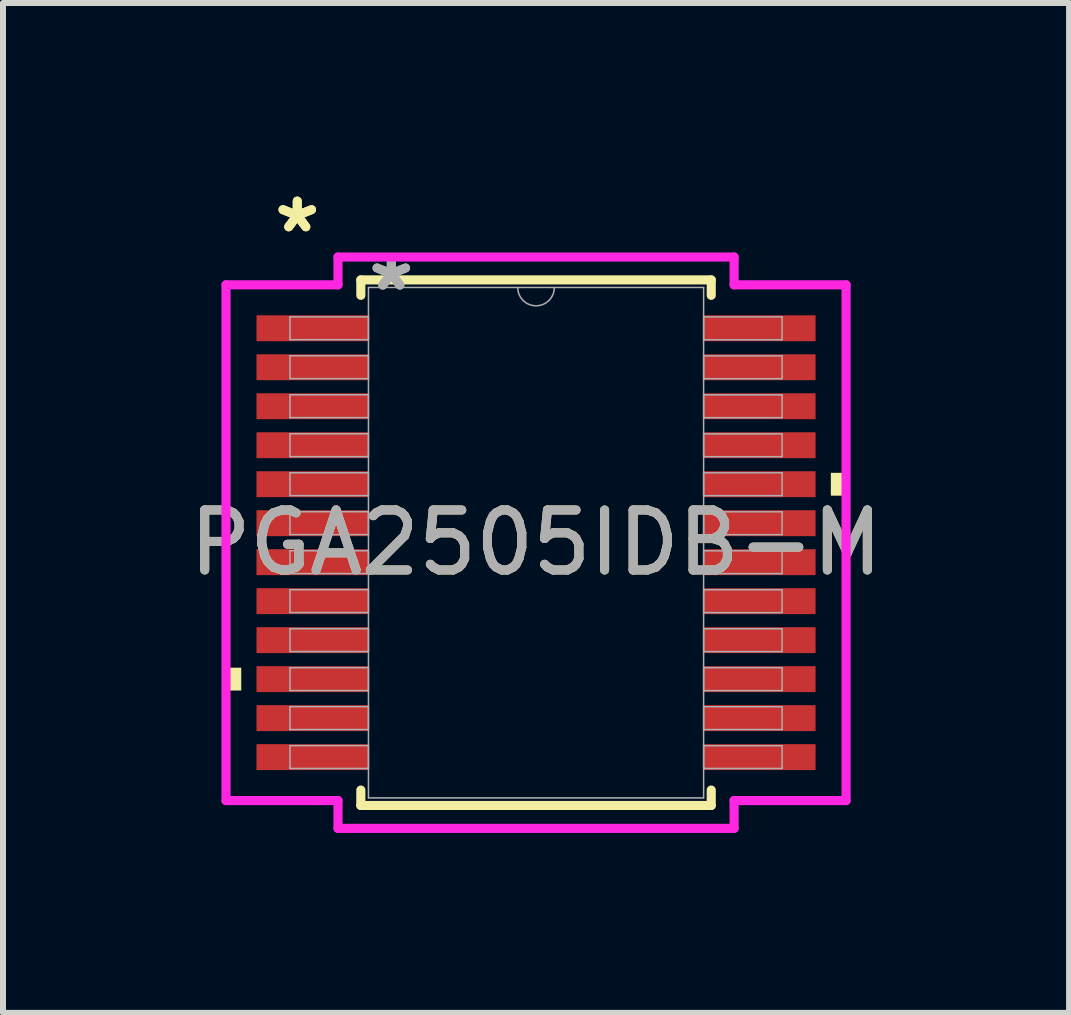
<source format=kicad_pcb>
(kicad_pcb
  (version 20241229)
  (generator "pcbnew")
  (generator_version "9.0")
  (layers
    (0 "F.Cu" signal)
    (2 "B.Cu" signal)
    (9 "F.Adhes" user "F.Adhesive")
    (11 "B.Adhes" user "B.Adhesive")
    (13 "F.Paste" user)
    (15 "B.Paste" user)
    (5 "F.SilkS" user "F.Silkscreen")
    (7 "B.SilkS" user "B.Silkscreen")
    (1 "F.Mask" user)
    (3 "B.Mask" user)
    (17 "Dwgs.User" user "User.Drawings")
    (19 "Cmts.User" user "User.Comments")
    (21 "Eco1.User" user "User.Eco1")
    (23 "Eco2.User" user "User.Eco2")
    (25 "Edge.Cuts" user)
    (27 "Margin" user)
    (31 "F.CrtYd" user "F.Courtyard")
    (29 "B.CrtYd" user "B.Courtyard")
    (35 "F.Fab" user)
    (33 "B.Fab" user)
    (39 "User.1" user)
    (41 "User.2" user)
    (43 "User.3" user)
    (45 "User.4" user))
  (footprint "PGA2505IDB-M"
    (layer "F.Cu")
    (at 5.887 5.998)
    (property "Reference" "PGA2505IDB-M" (at 0 0 0) (unlocked yes) (layer "F.SilkS") (effects (font (size 1 1) (thickness 0.15))))
    (attr smd)
    (fp_line (start -2.921 -4.381) (end -2.921 -4.124) (stroke (width 0.152) (type solid)) (layer "F.SilkS"))
    (fp_line (start -2.921 4.124) (end -2.921 4.381) (stroke (width 0.152) (type solid)) (layer "F.SilkS"))
    (fp_line (start -2.921 4.381) (end 2.921 4.381) (stroke (width 0.152) (type solid)) (layer "F.SilkS"))
    (fp_line (start 2.921 -4.381) (end -2.921 -4.381) (stroke (width 0.152) (type solid)) (layer "F.SilkS"))
    (fp_line (start 2.921 -4.124) (end 2.921 -4.381) (stroke (width 0.152) (type solid)) (layer "F.SilkS"))
    (fp_line (start 2.921 4.381) (end 2.921 4.124) (stroke (width 0.152) (type solid)) (layer "F.SilkS"))
    (fp_poly (pts (xy -5.169 2.084) (xy -5.169 2.465) (xy -4.915 2.465) (xy -4.915 2.084)) (stroke (width 0) (type solid)) (fill yes) (layer "F.SilkS"))
    (fp_poly (pts (xy 5.169 -1.165) (xy 5.169 -0.784) (xy 4.915 -0.784) (xy 4.915 -1.165)) (stroke (width 0) (type solid)) (fill yes) (layer "F.SilkS"))
    (fp_line (start -5.169 -4.299) (end -3.302 -4.299) (stroke (width 0.152) (type solid)) (layer "F.CrtYd"))
    (fp_line (start -5.169 4.299) (end -5.169 -4.299) (stroke (width 0.152) (type solid)) (layer "F.CrtYd"))
    (fp_line (start -5.169 4.299) (end -3.302 4.299) (stroke (width 0.152) (type solid)) (layer "F.CrtYd"))
    (fp_line (start -3.302 -4.763) (end 3.302 -4.763) (stroke (width 0.152) (type solid)) (layer "F.CrtYd"))
    (fp_line (start -3.302 -4.299) (end -3.302 -4.763) (stroke (width 0.152) (type solid)) (layer "F.CrtYd"))
    (fp_line (start -3.302 4.763) (end -3.302 4.299) (stroke (width 0.152) (type solid)) (layer "F.CrtYd"))
    (fp_line (start 3.302 -4.763) (end 3.302 -4.299) (stroke (width 0.152) (type solid)) (layer "F.CrtYd"))
    (fp_line (start 3.302 4.299) (end 3.302 4.763) (stroke (width 0.152) (type solid)) (layer "F.CrtYd"))
    (fp_line (start 3.302 4.763) (end -3.302 4.763) (stroke (width 0.152) (type solid)) (layer "F.CrtYd"))
    (fp_line (start 5.169 -4.299) (end 3.302 -4.299) (stroke (width 0.152) (type solid)) (layer "F.CrtYd"))
    (fp_line (start 5.169 -4.299) (end 5.169 4.299) (stroke (width 0.152) (type solid)) (layer "F.CrtYd"))
    (fp_line (start 5.169 4.299) (end 3.302 4.299) (stroke (width 0.152) (type solid)) (layer "F.CrtYd"))
    (fp_line (start -4.102 -3.765) (end -4.102 -3.385) (stroke (width 0.025) (type solid)) (layer "F.Fab"))
    (fp_line (start -4.102 -3.385) (end -2.794 -3.385) (stroke (width 0.025) (type solid)) (layer "F.Fab"))
    (fp_line (start -4.102 -3.116) (end -4.102 -2.735) (stroke (width 0.025) (type solid)) (layer "F.Fab"))
    (fp_line (start -4.102 -2.735) (end -2.794 -2.735) (stroke (width 0.025) (type solid)) (layer "F.Fab"))
    (fp_line (start -4.102 -2.466) (end -4.102 -2.085) (stroke (width 0.025) (type solid)) (layer "F.Fab"))
    (fp_line (start -4.102 -2.085) (end -2.794 -2.085) (stroke (width 0.025) (type solid)) (layer "F.Fab"))
    (fp_line (start -4.102 -1.816) (end -4.102 -1.435) (stroke (width 0.025) (type solid)) (layer "F.Fab"))
    (fp_line (start -4.102 -1.435) (end -2.794 -1.435) (stroke (width 0.025) (type solid)) (layer "F.Fab"))
    (fp_line (start -4.102 -1.166) (end -4.102 -0.785) (stroke (width 0.025) (type solid)) (layer "F.Fab"))
    (fp_line (start -4.102 -0.785) (end -2.794 -0.785) (stroke (width 0.025) (type solid)) (layer "F.Fab"))
    (fp_line (start -4.102 -0.516) (end -4.102 -0.135) (stroke (width 0.025) (type solid)) (layer "F.Fab"))
    (fp_line (start -4.102 -0.135) (end -2.794 -0.135) (stroke (width 0.025) (type solid)) (layer "F.Fab"))
    (fp_line (start -4.102 0.134) (end -4.102 0.515) (stroke (width 0.025) (type solid)) (layer "F.Fab"))
    (fp_line (start -4.102 0.515) (end -2.794 0.515) (stroke (width 0.025) (type solid)) (layer "F.Fab"))
    (fp_line (start -4.102 0.784) (end -4.102 1.165) (stroke (width 0.025) (type solid)) (layer "F.Fab"))
    (fp_line (start -4.102 1.165) (end -2.794 1.165) (stroke (width 0.025) (type solid)) (layer "F.Fab"))
    (fp_line (start -4.102 1.434) (end -4.102 1.815) (stroke (width 0.025) (type solid)) (layer "F.Fab"))
    (fp_line (start -4.102 1.815) (end -2.794 1.815) (stroke (width 0.025) (type solid)) (layer "F.Fab"))
    (fp_line (start -4.102 2.084) (end -4.102 2.465) (stroke (width 0.025) (type solid)) (layer "F.Fab"))
    (fp_line (start -4.102 2.465) (end -2.794 2.465) (stroke (width 0.025) (type solid)) (layer "F.Fab"))
    (fp_line (start -4.102 2.734) (end -4.102 3.115) (stroke (width 0.025) (type solid)) (layer "F.Fab"))
    (fp_line (start -4.102 3.115) (end -2.794 3.115) (stroke (width 0.025) (type solid)) (layer "F.Fab"))
    (fp_line (start -4.102 3.384) (end -4.102 3.765) (stroke (width 0.025) (type solid)) (layer "F.Fab"))
    (fp_line (start -4.102 3.765) (end -2.794 3.765) (stroke (width 0.025) (type solid)) (layer "F.Fab"))
    (fp_line (start -2.794 -4.255) (end -2.794 4.255) (stroke (width 0.025) (type solid)) (layer "F.Fab"))
    (fp_line (start -2.794 -3.765) (end -4.102 -3.765) (stroke (width 0.025) (type solid)) (layer "F.Fab"))
    (fp_line (start -2.794 -3.385) (end -2.794 -3.765) (stroke (width 0.025) (type solid)) (layer "F.Fab"))
    (fp_line (start -2.794 -3.116) (end -4.102 -3.116) (stroke (width 0.025) (type solid)) (layer "F.Fab"))
    (fp_line (start -2.794 -2.735) (end -2.794 -3.116) (stroke (width 0.025) (type solid)) (layer "F.Fab"))
    (fp_line (start -2.794 -2.466) (end -4.102 -2.466) (stroke (width 0.025) (type solid)) (layer "F.Fab"))
    (fp_line (start -2.794 -2.085) (end -2.794 -2.466) (stroke (width 0.025) (type solid)) (layer "F.Fab"))
    (fp_line (start -2.794 -1.816) (end -4.102 -1.816) (stroke (width 0.025) (type solid)) (layer "F.Fab"))
    (fp_line (start -2.794 -1.435) (end -2.794 -1.816) (stroke (width 0.025) (type solid)) (layer "F.Fab"))
    (fp_line (start -2.794 -1.166) (end -4.102 -1.166) (stroke (width 0.025) (type solid)) (layer "F.Fab"))
    (fp_line (start -2.794 -0.785) (end -2.794 -1.166) (stroke (width 0.025) (type solid)) (layer "F.Fab"))
    (fp_line (start -2.794 -0.516) (end -4.102 -0.516) (stroke (width 0.025) (type solid)) (layer "F.Fab"))
    (fp_line (start -2.794 -0.135) (end -2.794 -0.516) (stroke (width 0.025) (type solid)) (layer "F.Fab"))
    (fp_line (start -2.794 0.134) (end -4.102 0.134) (stroke (width 0.025) (type solid)) (layer "F.Fab"))
    (fp_line (start -2.794 0.515) (end -2.794 0.134) (stroke (width 0.025) (type solid)) (layer "F.Fab"))
    (fp_line (start -2.794 0.784) (end -4.102 0.784) (stroke (width 0.025) (type solid)) (layer "F.Fab"))
    (fp_line (start -2.794 1.165) (end -2.794 0.784) (stroke (width 0.025) (type solid)) (layer "F.Fab"))
    (fp_line (start -2.794 1.434) (end -4.102 1.434) (stroke (width 0.025) (type solid)) (layer "F.Fab"))
    (fp_line (start -2.794 1.815) (end -2.794 1.434) (stroke (width 0.025) (type solid)) (layer "F.Fab"))
    (fp_line (start -2.794 2.084) (end -4.102 2.084) (stroke (width 0.025) (type solid)) (layer "F.Fab"))
    (fp_line (start -2.794 2.465) (end -2.794 2.084) (stroke (width 0.025) (type solid)) (layer "F.Fab"))
    (fp_line (start -2.794 2.734) (end -4.102 2.734) (stroke (width 0.025) (type solid)) (layer "F.Fab"))
    (fp_line (start -2.794 3.115) (end -2.794 2.734) (stroke (width 0.025) (type solid)) (layer "F.Fab"))
    (fp_line (start -2.794 3.384) (end -4.102 3.384) (stroke (width 0.025) (type solid)) (layer "F.Fab"))
    (fp_line (start -2.794 3.765) (end -2.794 3.384) (stroke (width 0.025) (type solid)) (layer "F.Fab"))
    (fp_line (start -2.794 4.255) (end 2.794 4.255) (stroke (width 0.025) (type solid)) (layer "F.Fab"))
    (fp_line (start 2.794 -4.255) (end -2.794 -4.255) (stroke (width 0.025) (type solid)) (layer "F.Fab"))
    (fp_line (start 2.794 -3.765) (end 2.794 -3.384) (stroke (width 0.025) (type solid)) (layer "F.Fab"))
    (fp_line (start 2.794 -3.384) (end 4.102 -3.384) (stroke (width 0.025) (type solid)) (layer "F.Fab"))
    (fp_line (start 2.794 -3.115) (end 2.794 -2.734) (stroke (width 0.025) (type solid)) (layer "F.Fab"))
    (fp_line (start 2.794 -2.734) (end 4.102 -2.734) (stroke (width 0.025) (type solid)) (layer "F.Fab"))
    (fp_line (start 2.794 -2.465) (end 2.794 -2.084) (stroke (width 0.025) (type solid)) (layer "F.Fab"))
    (fp_line (start 2.794 -2.084) (end 4.102 -2.084) (stroke (width 0.025) (type solid)) (layer "F.Fab"))
    (fp_line (start 2.794 -1.815) (end 2.794 -1.434) (stroke (width 0.025) (type solid)) (layer "F.Fab"))
    (fp_line (start 2.794 -1.434) (end 4.102 -1.434) (stroke (width 0.025) (type solid)) (layer "F.Fab"))
    (fp_line (start 2.794 -1.165) (end 2.794 -0.784) (stroke (width 0.025) (type solid)) (layer "F.Fab"))
    (fp_line (start 2.794 -0.784) (end 4.102 -0.784) (stroke (width 0.025) (type solid)) (layer "F.Fab"))
    (fp_line (start 2.794 -0.515) (end 2.794 -0.134) (stroke (width 0.025) (type solid)) (layer "F.Fab"))
    (fp_line (start 2.794 -0.134) (end 4.102 -0.134) (stroke (width 0.025) (type solid)) (layer "F.Fab"))
    (fp_line (start 2.794 0.135) (end 2.794 0.516) (stroke (width 0.025) (type solid)) (layer "F.Fab"))
    (fp_line (start 2.794 0.516) (end 4.102 0.516) (stroke (width 0.025) (type solid)) (layer "F.Fab"))
    (fp_line (start 2.794 0.785) (end 2.794 1.166) (stroke (width 0.025) (type solid)) (layer "F.Fab"))
    (fp_line (start 2.794 1.166) (end 4.102 1.166) (stroke (width 0.025) (type solid)) (layer "F.Fab"))
    (fp_line (start 2.794 1.435) (end 2.794 1.816) (stroke (width 0.025) (type solid)) (layer "F.Fab"))
    (fp_line (start 2.794 1.816) (end 4.102 1.816) (stroke (width 0.025) (type solid)) (layer "F.Fab"))
    (fp_line (start 2.794 2.084) (end 2.794 2.466) (stroke (width 0.025) (type solid)) (layer "F.Fab"))
    (fp_line (start 2.794 2.466) (end 4.102 2.466) (stroke (width 0.025) (type solid)) (layer "F.Fab"))
    (fp_line (start 2.794 2.735) (end 2.794 3.115) (stroke (width 0.025) (type solid)) (layer "F.Fab"))
    (fp_line (start 2.794 3.115) (end 4.102 3.115) (stroke (width 0.025) (type solid)) (layer "F.Fab"))
    (fp_line (start 2.794 3.385) (end 2.794 3.765) (stroke (width 0.025) (type solid)) (layer "F.Fab"))
    (fp_line (start 2.794 3.765) (end 4.102 3.765) (stroke (width 0.025) (type solid)) (layer "F.Fab"))
    (fp_line (start 2.794 4.255) (end 2.794 -4.255) (stroke (width 0.025) (type solid)) (layer "F.Fab"))
    (fp_line (start 4.102 -3.765) (end 2.794 -3.765) (stroke (width 0.025) (type solid)) (layer "F.Fab"))
    (fp_line (start 4.102 -3.384) (end 4.102 -3.765) (stroke (width 0.025) (type solid)) (layer "F.Fab"))
    (fp_line (start 4.102 -3.115) (end 2.794 -3.115) (stroke (width 0.025) (type solid)) (layer "F.Fab"))
    (fp_line (start 4.102 -2.734) (end 4.102 -3.115) (stroke (width 0.025) (type solid)) (layer "F.Fab"))
    (fp_line (start 4.102 -2.465) (end 2.794 -2.465) (stroke (width 0.025) (type solid)) (layer "F.Fab"))
    (fp_line (start 4.102 -2.084) (end 4.102 -2.465) (stroke (width 0.025) (type solid)) (layer "F.Fab"))
    (fp_line (start 4.102 -1.815) (end 2.794 -1.815) (stroke (width 0.025) (type solid)) (layer "F.Fab"))
    (fp_line (start 4.102 -1.434) (end 4.102 -1.815) (stroke (width 0.025) (type solid)) (layer "F.Fab"))
    (fp_line (start 4.102 -1.165) (end 2.794 -1.165) (stroke (width 0.025) (type solid)) (layer "F.Fab"))
    (fp_line (start 4.102 -0.784) (end 4.102 -1.165) (stroke (width 0.025) (type solid)) (layer "F.Fab"))
    (fp_line (start 4.102 -0.515) (end 2.794 -0.515) (stroke (width 0.025) (type solid)) (layer "F.Fab"))
    (fp_line (start 4.102 -0.134) (end 4.102 -0.515) (stroke (width 0.025) (type solid)) (layer "F.Fab"))
    (fp_line (start 4.102 0.135) (end 2.794 0.135) (stroke (width 0.025) (type solid)) (layer "F.Fab"))
    (fp_line (start 4.102 0.516) (end 4.102 0.135) (stroke (width 0.025) (type solid)) (layer "F.Fab"))
    (fp_line (start 4.102 0.785) (end 2.794 0.785) (stroke (width 0.025) (type solid)) (layer "F.Fab"))
    (fp_line (start 4.102 1.166) (end 4.102 0.785) (stroke (width 0.025) (type solid)) (layer "F.Fab"))
    (fp_line (start 4.102 1.435) (end 2.794 1.435) (stroke (width 0.025) (type solid)) (layer "F.Fab"))
    (fp_line (start 4.102 1.816) (end 4.102 1.435) (stroke (width 0.025) (type solid)) (layer "F.Fab"))
    (fp_line (start 4.102 2.084) (end 2.794 2.084) (stroke (width 0.025) (type solid)) (layer "F.Fab"))
    (fp_line (start 4.102 2.466) (end 4.102 2.084) (stroke (width 0.025) (type solid)) (layer "F.Fab"))
    (fp_line (start 4.102 2.735) (end 2.794 2.735) (stroke (width 0.025) (type solid)) (layer "F.Fab"))
    (fp_line (start 4.102 3.115) (end 4.102 2.735) (stroke (width 0.025) (type solid)) (layer "F.Fab"))
    (fp_line (start 4.102 3.385) (end 2.794 3.385) (stroke (width 0.025) (type solid)) (layer "F.Fab"))
    (fp_line (start 4.102 3.765) (end 4.102 3.385) (stroke (width 0.025) (type solid)) (layer "F.Fab"))
    (fp_arc (start 0.3048 -4.2545) (mid 0 -3.9497) (end -0.3048 -4.2545) (stroke (width 0.0254) (type solid)) (layer "F.Fab"))
    (fp_text user "*" (at -3.981 -5.15 0) (unlocked yes) (layer "F.SilkS") (effects (font (size 1 1) (thickness 0.15))))
    (fp_text user "*" (at -3.981 -5.15 0) (layer "F.SilkS") (effects (font (size 1 1) (thickness 0.15))))
    (fp_text user "${REFERENCE}" (at 0 0 0) (unlocked yes) (layer "F.Fab") (effects (font (size 1 1) (thickness 0.15))))
    (fp_text user "*" (at -2.413 -4.178 0) (unlocked yes) (layer "F.Fab") (effects (font (size 1 1) (thickness 0.15))))
    (fp_text user "*" (at -2.413 -4.178 0) (layer "F.Fab") (effects (font (size 1 1) (thickness 0.15))))
    (pad "1" smd rect (at -3.727 -3.575) (size 1.867 0.432) (layers "F.Cu" "F.Mask" "F.Paste"))
    (pad "2" smd rect (at -3.727 -2.925) (size 1.867 0.432) (layers "F.Cu" "F.Mask" "F.Paste"))
    (pad "3" smd rect (at -3.727 -2.275) (size 1.867 0.432) (layers "F.Cu" "F.Mask" "F.Paste"))
    (pad "4" smd rect (at -3.727 -1.625) (size 1.867 0.432) (layers "F.Cu" "F.Mask" "F.Paste"))
    (pad "5" smd rect (at -3.727 -0.975) (size 1.867 0.432) (layers "F.Cu" "F.Mask" "F.Paste"))
    (pad "6" smd rect (at -3.727 -0.325) (size 1.867 0.432) (layers "F.Cu" "F.Mask" "F.Paste"))
    (pad "7" smd rect (at -3.727 0.325) (size 1.867 0.432) (layers "F.Cu" "F.Mask" "F.Paste"))
    (pad "8" smd rect (at -3.727 0.975) (size 1.867 0.432) (layers "F.Cu" "F.Mask" "F.Paste"))
    (pad "9" smd rect (at -3.727 1.625) (size 1.867 0.432) (layers "F.Cu" "F.Mask" "F.Paste"))
    (pad "10" smd rect (at -3.727 2.275) (size 1.867 0.432) (layers "F.Cu" "F.Mask" "F.Paste"))
    (pad "11" smd rect (at -3.727 2.925) (size 1.867 0.432) (layers "F.Cu" "F.Mask" "F.Paste"))
    (pad "12" smd rect (at -3.727 3.575) (size 1.867 0.432) (layers "F.Cu" "F.Mask" "F.Paste"))
    (pad "13" smd rect (at 3.727 3.575) (size 1.867 0.432) (layers "F.Cu" "F.Mask" "F.Paste"))
    (pad "14" smd rect (at 3.727 2.925) (size 1.867 0.432) (layers "F.Cu" "F.Mask" "F.Paste"))
    (pad "15" smd rect (at 3.727 2.275) (size 1.867 0.432) (layers "F.Cu" "F.Mask" "F.Paste"))
    (pad "16" smd rect (at 3.727 1.625) (size 1.867 0.432) (layers "F.Cu" "F.Mask" "F.Paste"))
    (pad "17" smd rect (at 3.727 0.975) (size 1.867 0.432) (layers "F.Cu" "F.Mask" "F.Paste"))
    (pad "18" smd rect (at 3.727 0.325) (size 1.867 0.432) (layers "F.Cu" "F.Mask" "F.Paste"))
    (pad "19" smd rect (at 3.727 -0.325) (size 1.867 0.432) (layers "F.Cu" "F.Mask" "F.Paste"))
    (pad "20" smd rect (at 3.727 -0.975) (size 1.867 0.432) (layers "F.Cu" "F.Mask" "F.Paste"))
    (pad "21" smd rect (at 3.727 -1.625) (size 1.867 0.432) (layers "F.Cu" "F.Mask" "F.Paste"))
    (pad "22" smd rect (at 3.727 -2.275) (size 1.867 0.432) (layers "F.Cu" "F.Mask" "F.Paste"))
    (pad "23" smd rect (at 3.727 -2.925) (size 1.867 0.432) (layers "F.Cu" "F.Mask" "F.Paste"))
    (pad "24" smd rect (at 3.727 -3.575) (size 1.867 0.432) (layers "F.Cu" "F.Mask" "F.Paste")))
  (gr_rect
    (start -3 -3)
    (end 14.774 13.837)
    (stroke (width 0.1) (type default))
    (fill no)
    (layer "Edge.Cuts")))
</source>
